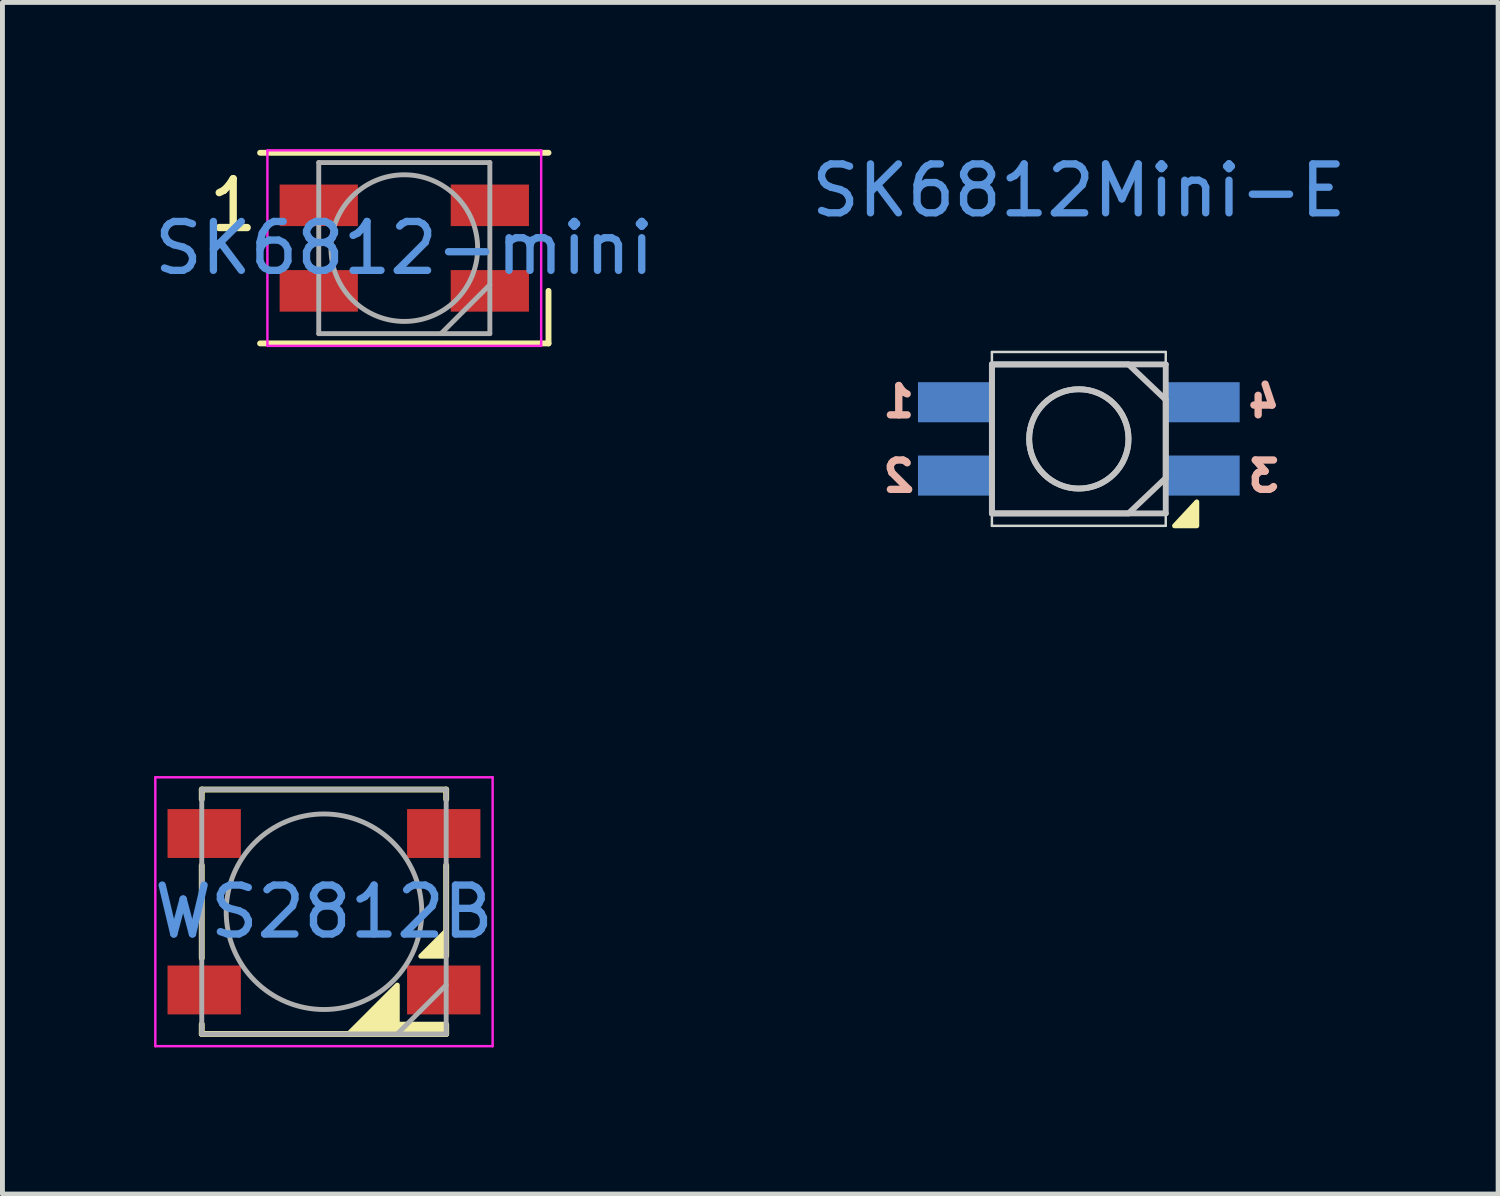
<source format=kicad_pcb>
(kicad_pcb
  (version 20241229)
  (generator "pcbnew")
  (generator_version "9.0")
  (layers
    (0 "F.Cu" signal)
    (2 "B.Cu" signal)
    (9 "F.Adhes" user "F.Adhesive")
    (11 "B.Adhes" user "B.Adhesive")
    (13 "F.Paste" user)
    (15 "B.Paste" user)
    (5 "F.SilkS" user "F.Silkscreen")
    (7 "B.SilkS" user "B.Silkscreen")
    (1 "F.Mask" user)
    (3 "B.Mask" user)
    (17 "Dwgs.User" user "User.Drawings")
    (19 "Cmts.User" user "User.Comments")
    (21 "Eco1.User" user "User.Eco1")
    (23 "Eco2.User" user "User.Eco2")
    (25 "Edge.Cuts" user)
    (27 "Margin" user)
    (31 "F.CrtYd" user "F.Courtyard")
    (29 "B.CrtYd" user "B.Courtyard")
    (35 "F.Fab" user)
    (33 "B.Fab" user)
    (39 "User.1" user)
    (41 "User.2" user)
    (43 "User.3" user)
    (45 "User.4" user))
  (footprint "WS2812B"
    (layer "F.Cu")
    (at 3.577 15.6)
    (property "Reference" "WS2812B" (at 0 0 0) (layer "Cmts.User") (effects (font (size 1 1) (thickness 0.15))))
    (attr smd)
    (fp_line (start -2.5 -2.5) (end -2.5 -2.3) (stroke (width 0.12) (type solid)) (layer "F.SilkS"))
    (fp_line (start -2.5 -2.5) (end 2.5 -2.5) (stroke (width 0.12) (type solid)) (layer "F.SilkS"))
    (fp_line (start -2.5 -0.95) (end -2.5 0.95) (stroke (width 0.12) (type solid)) (layer "F.SilkS"))
    (fp_line (start -2.5 2.5) (end -2.5 2.3) (stroke (width 0.12) (type solid)) (layer "F.SilkS"))
    (fp_line (start 2.5 -2.5) (end 2.5 -2.3) (stroke (width 0.12) (type solid)) (layer "F.SilkS"))
    (fp_line (start 2.5 0.9) (end 2.5 -0.95) (stroke (width 0.12) (type solid)) (layer "F.SilkS"))
    (fp_line (start 2.5 2.5) (end -2.5 2.5) (stroke (width 0.12) (type solid)) (layer "F.SilkS"))
    (fp_line (start 2.5 2.5) (end 2.5 2.31) (stroke (width 0.12) (type solid)) (layer "F.SilkS"))
    (fp_poly (pts (xy 1.98 0.91) (xy 2.5 0.39) (xy 2.5 0.91)) (stroke (width 0.1) (type solid)) (fill yes) (layer "F.SilkS"))
    (fp_poly (pts (xy 2.5 2.3) (xy 1.5 2.3) (xy 1.5 1.5) (xy 0.5 2.5) (xy 2.5 2.5)) (stroke (width 0.1) (type solid)) (fill yes) (layer "F.SilkS"))
    (fp_line (start -3.45 -2.75) (end -3.45 2.75) (stroke (width 0.05) (type solid)) (layer "F.CrtYd"))
    (fp_line (start -3.45 2.75) (end 3.45 2.75) (stroke (width 0.05) (type solid)) (layer "F.CrtYd"))
    (fp_line (start 3.45 -2.75) (end -3.45 -2.75) (stroke (width 0.05) (type solid)) (layer "F.CrtYd"))
    (fp_line (start 3.45 2.75) (end 3.45 -2.75) (stroke (width 0.05) (type solid)) (layer "F.CrtYd"))
    (fp_line (start -2.5 -2.5) (end -2.5 2.5) (stroke (width 0.1) (type solid)) (layer "F.Fab"))
    (fp_line (start -2.5 2.5) (end 2.5 2.5) (stroke (width 0.1) (type solid)) (layer "F.Fab"))
    (fp_line (start 2.5 -2.5) (end -2.5 -2.5) (stroke (width 0.1) (type solid)) (layer "F.Fab"))
    (fp_line (start 2.5 1.5) (end 1.5 2.5) (stroke (width 0.1) (type solid)) (layer "F.Fab"))
    (fp_line (start 2.5 2.5) (end 2.5 -2.5) (stroke (width 0.1) (type solid)) (layer "F.Fab"))
    (fp_circle (center 0 0) (end 0 -2) (stroke (width 0.1) (type solid)) (fill no) (layer "F.Fab"))
    (pad "1" smd rect (at -2.45 -1.6) (size 1.5 1) (layers "F.Cu" "F.Mask" "F.Paste"))
    (pad "2" smd rect (at -2.45 1.6) (size 1.5 1) (layers "F.Cu" "F.Mask" "F.Paste"))
    (pad "3" smd rect (at 2.45 1.6) (size 1.5 1) (layers "F.Cu" "F.Mask" "F.Paste"))
    (pad "4" smd rect (at 2.45 -1.6) (size 1.5 1) (layers "F.Cu" "F.Mask" "F.Paste")))
  (footprint "SK6812Mini-E"
    (layer "F.Cu")
    (at 19.018 0.848)
    (property "Reference" "SK6812Mini-E" (at 0 0 0) (layer "Cmts.User") (effects (font (size 1 1) (thickness 0.15))))
    (attr through_hole)
    (fp_poly (pts (xy 2.413 6.368) (xy 2.413 6.858) (xy 1.958 6.858)) (stroke (width 0.1) (type solid)) (fill yes) (layer "F.SilkS"))
    (fp_line (start -1.778 3.556) (end -1.778 6.604) (stroke (width 0.12) (type solid)) (layer "Dwgs.User"))
    (fp_line (start -1.778 6.604) (end -1.778 3.556) (stroke (width 0.12) (type solid)) (layer "Dwgs.User"))
    (fp_line (start 1 3.556) (end -1.778 3.556) (stroke (width 0.12) (type solid)) (layer "Dwgs.User"))
    (fp_line (start 1 6.604) (end -1.778 6.604) (stroke (width 0.12) (type solid)) (layer "Dwgs.User"))
    (fp_line (start 1.016 3.556) (end 1.778 4.28) (stroke (width 0.12) (type solid)) (layer "Dwgs.User"))
    (fp_line (start 1.016 6.604) (end 1.778 5.88) (stroke (width 0.12) (type solid)) (layer "Dwgs.User"))
    (fp_line (start 1.778 3.556) (end -1.778 3.556) (stroke (width 0.12) (type solid)) (layer "Dwgs.User"))
    (fp_line (start 1.778 3.556) (end 1.778 5.88) (stroke (width 0.12) (type solid)) (layer "Dwgs.User"))
    (fp_line (start 1.778 6.604) (end -1.778 6.604) (stroke (width 0.12) (type solid)) (layer "Dwgs.User"))
    (fp_line (start 1.778 6.604) (end 1.778 4.28) (stroke (width 0.12) (type solid)) (layer "Dwgs.User"))
    (fp_circle (center 0 5.08) (end 1.016 5.08) (stroke (width 0.12) (type solid)) (fill no) (layer "Dwgs.User"))
    (fp_circle (center 0 5.08) (end 1.016 5.08) (stroke (width 0.12) (type solid)) (fill no) (layer "Dwgs.User"))
    (fp_line (start -1.778 3.302) (end -1.778 6.858) (stroke (width 0.05) (type solid)) (layer "Edge.Cuts"))
    (fp_line (start -1.778 3.302) (end 1.778 3.302) (stroke (width 0.05) (type solid)) (layer "Edge.Cuts"))
    (fp_line (start -1.778 6.858) (end 1.778 6.858) (stroke (width 0.05) (type solid)) (layer "Edge.Cuts"))
    (fp_line (start 1.778 6.858) (end 1.778 3.302) (stroke (width 0.05) (type solid)) (layer "Edge.Cuts"))
    (fp_text user "1" (at -3.683 4.318 180) (layer "B.SilkS") (effects (font (size 0.6 0.6) (thickness 0.15)) (justify mirror)))
    (fp_text user "3" (at 3.782 5.842 180) (layer "B.SilkS") (effects (font (size 0.6 0.6) (thickness 0.15)) (justify mirror)))
    (fp_text user "4" (at 3.782 4.318 180) (layer "B.SilkS") (effects (font (size 0.6 0.6) (thickness 0.15)) (justify mirror)))
    (fp_text user "2" (at -3.683 5.842 180) (layer "B.SilkS") (effects (font (size 0.6 0.6) (thickness 0.15)) (justify mirror)))
    (fp_text user " " (at 0 8.128 180) (layer "F.Fab") (effects (font (size 1 1) (thickness 0.15))))
    (pad "1" smd trapezoid (at -2.54 5.83) (size 1.5 0.82) (layers "B.Cu" "B.Mask" "B.Paste"))
    (pad "2" smd rect (at 2.54 5.83) (size 1.5 0.82) (layers "B.Cu" "B.Mask" "B.Paste"))
    (pad "3" smd rect (at 2.54 4.33 180) (size 1.5 0.82) (layers "B.Cu" "B.Mask" "B.Paste"))
    (pad "4" smd rect (at -2.54 4.33) (size 1.5 0.82) (layers "B.Cu" "B.Mask" "B.Paste")))
  (footprint "SK6812-mini"
    (layer "F.Cu")
    (at 5.22 2.025)
    (property "Reference" "SK6812-mini" (at 0 0 0) (layer "Cmts.User") (effects (font (size 1 1) (thickness 0.15))))
    (attr smd)
    (fp_line (start -2.95 -1.95) (end 2.95 -1.95) (stroke (width 0.12) (type solid)) (layer "F.SilkS"))
    (fp_line (start -2.95 1.95) (end 2.95 1.95) (stroke (width 0.12) (type solid)) (layer "F.SilkS"))
    (fp_line (start 2.95 1.95) (end 2.95 0.875) (stroke (width 0.12) (type solid)) (layer "F.SilkS"))
    (fp_line (start -2.8 -2) (end -2.8 2) (stroke (width 0.05) (type solid)) (layer "F.CrtYd"))
    (fp_line (start -2.8 2) (end 2.8 2) (stroke (width 0.05) (type solid)) (layer "F.CrtYd"))
    (fp_line (start 2.8 -2) (end -2.8 -2) (stroke (width 0.05) (type solid)) (layer "F.CrtYd"))
    (fp_line (start 2.8 2) (end 2.8 -2) (stroke (width 0.05) (type solid)) (layer "F.CrtYd"))
    (fp_line (start -1.75 -1.75) (end -1.75 1.75) (stroke (width 0.1) (type solid)) (layer "F.Fab"))
    (fp_line (start -1.75 1.75) (end 1.75 1.75) (stroke (width 0.1) (type solid)) (layer "F.Fab"))
    (fp_line (start 1.75 -1.75) (end -1.75 -1.75) (stroke (width 0.1) (type solid)) (layer "F.Fab"))
    (fp_line (start 1.75 0.75) (end 0.75 1.75) (stroke (width 0.1) (type solid)) (layer "F.Fab"))
    (fp_line (start 1.75 1.75) (end 1.75 -1.75) (stroke (width 0.1) (type solid)) (layer "F.Fab"))
    (fp_circle (center 0 0) (end 0 -1.5) (stroke (width 0.1) (type solid)) (fill no) (layer "F.Fab"))
    (fp_text user "1" (at -3.5 -0.875 0) (layer "F.SilkS") (effects (font (size 1 1) (thickness 0.15))))
    (pad "1" smd rect (at -1.75 -0.875) (size 1.6 0.85) (layers "F.Cu" "F.Mask" "F.Paste"))
    (pad "2" smd rect (at -1.75 0.875) (size 1.6 0.85) (layers "F.Cu" "F.Mask" "F.Paste"))
    (pad "3" smd rect (at 1.75 0.875) (size 1.6 0.85) (layers "F.Cu" "F.Mask" "F.Paste"))
    (pad "4" smd rect (at 1.75 -0.875) (size 1.6 0.85) (layers "F.Cu" "F.Mask" "F.Paste")))
  (gr_rect
    (start -3 -3)
    (end 27.595 21.375)
    (stroke (width 0.1) (type default))
    (fill no)
    (layer "Edge.Cuts")))
</source>
